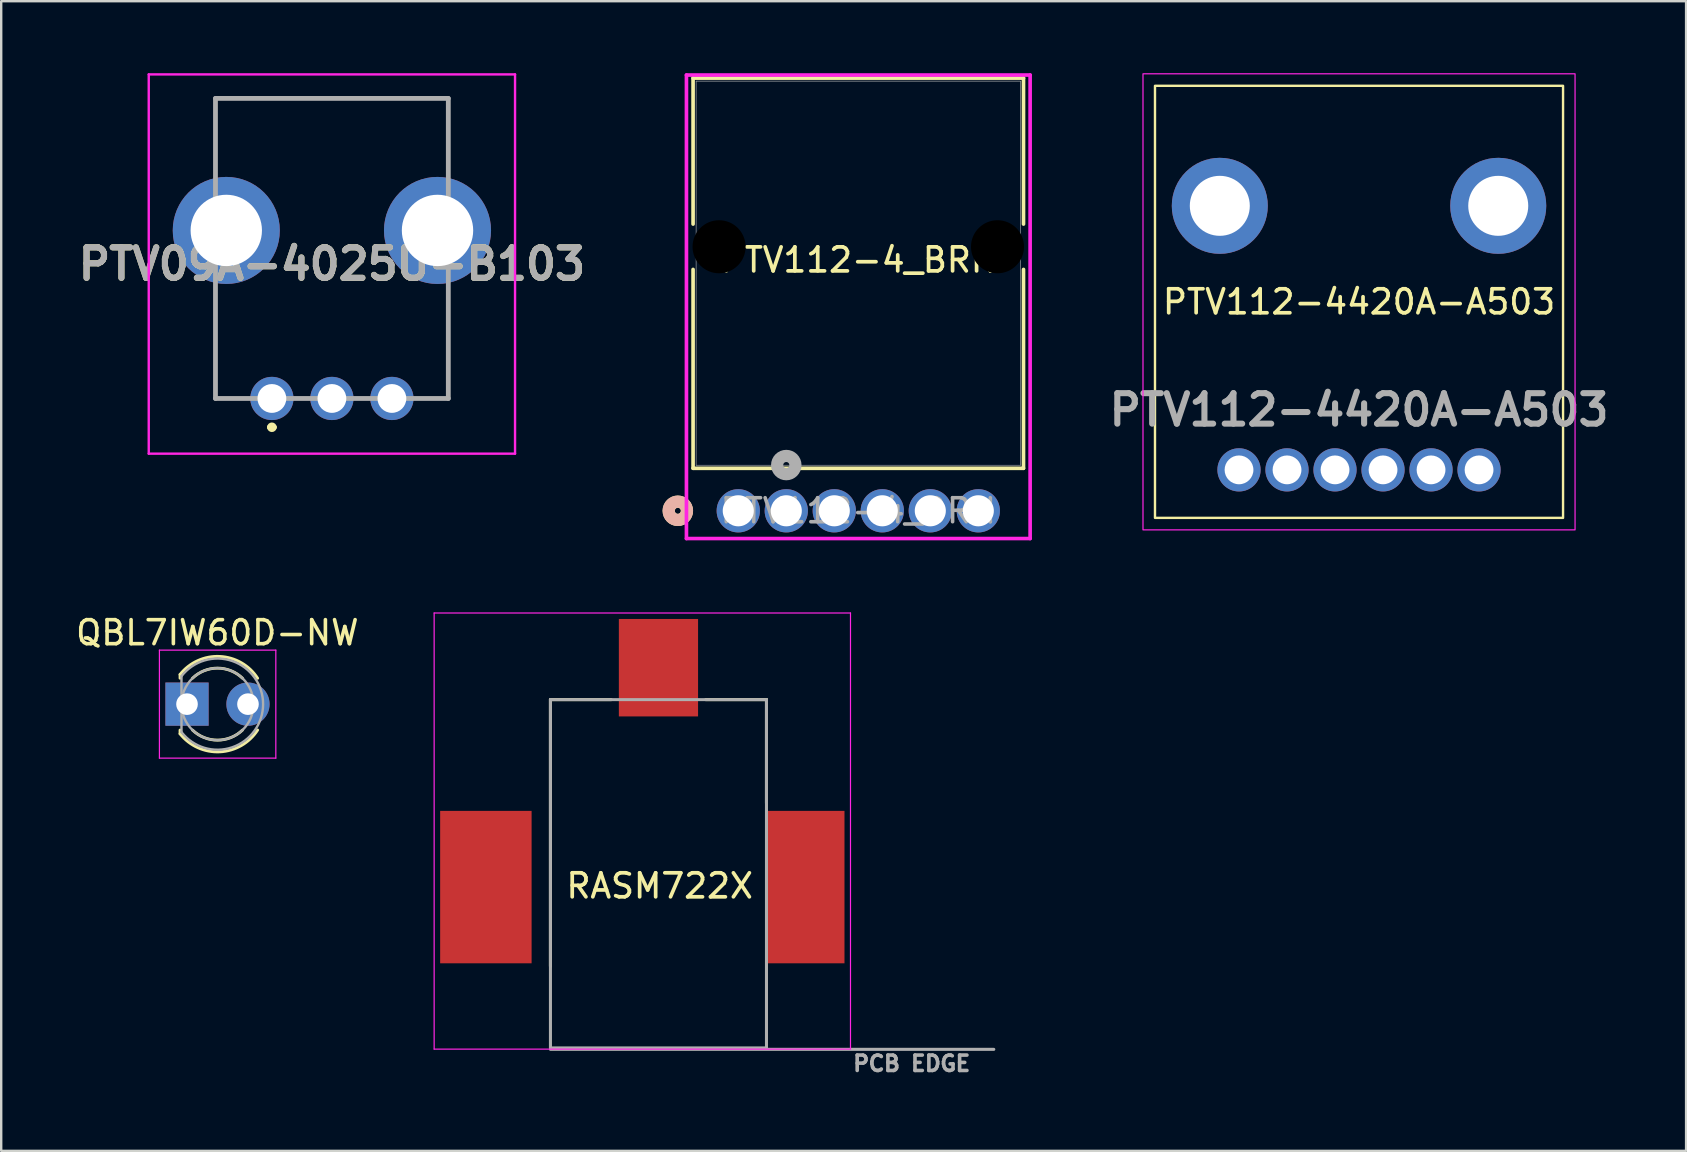
<source format=kicad_pcb>
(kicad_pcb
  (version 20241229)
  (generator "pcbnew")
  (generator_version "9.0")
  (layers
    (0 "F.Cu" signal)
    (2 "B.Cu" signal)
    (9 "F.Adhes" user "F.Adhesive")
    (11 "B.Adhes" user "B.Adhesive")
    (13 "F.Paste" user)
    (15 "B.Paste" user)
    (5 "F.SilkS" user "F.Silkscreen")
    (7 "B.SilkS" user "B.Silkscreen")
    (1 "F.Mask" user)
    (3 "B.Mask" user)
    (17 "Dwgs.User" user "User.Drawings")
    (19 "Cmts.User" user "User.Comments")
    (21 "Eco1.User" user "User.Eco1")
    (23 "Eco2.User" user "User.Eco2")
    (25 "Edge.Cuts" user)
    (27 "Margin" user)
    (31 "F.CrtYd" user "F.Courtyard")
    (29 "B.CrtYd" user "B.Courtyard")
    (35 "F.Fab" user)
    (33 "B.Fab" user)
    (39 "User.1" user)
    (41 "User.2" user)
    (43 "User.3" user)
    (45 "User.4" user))
  (footprint "PTV112-4_BRN"
    (layer "F.Cu")
    (at 29.707 18.23)
    (property "Reference" "PTV112-4_BRN" (at 3 -10.45 0) (unlocked yes) (layer "F.SilkS") (effects (font (size 1 1) (thickness 0.154))))
    (attr through_hole)
    (fp_line (start -3.883 -18.027) (end -3.883 -11.945) (stroke (width 0.152) (type solid)) (layer "F.SilkS"))
    (fp_line (start -3.883 -10.055) (end -3.883 -1.771) (stroke (width 0.152) (type solid)) (layer "F.SilkS"))
    (fp_line (start -3.883 -1.771) (end 9.883 -1.771) (stroke (width 0.152) (type solid)) (layer "F.SilkS"))
    (fp_line (start 9.883 -18.027) (end -3.883 -18.027) (stroke (width 0.152) (type solid)) (layer "F.SilkS"))
    (fp_line (start 9.883 -11.945) (end 9.883 -18.027) (stroke (width 0.152) (type solid)) (layer "F.SilkS"))
    (fp_line (start 9.883 -1.771) (end 9.883 -10.055) (stroke (width 0.152) (type solid)) (layer "F.SilkS"))
    (fp_circle (center -4.518 0) (end -4.137 0) (stroke (width 0.508) (type solid)) (fill no) (layer "F.SilkS"))
    (fp_circle (center -4.518 0) (end -4.137 0) (stroke (width 0.508) (type solid)) (fill no) (layer "B.SilkS"))
    (fp_line (start -4.159 -18.154) (end -4.159 1.156) (stroke (width 0.152) (type solid)) (layer "F.CrtYd"))
    (fp_line (start -4.159 1.156) (end 10.159 1.156) (stroke (width 0.152) (type solid)) (layer "F.CrtYd"))
    (fp_line (start 10.159 -18.154) (end -4.159 -18.154) (stroke (width 0.152) (type solid)) (layer "F.CrtYd"))
    (fp_line (start 10.159 1.156) (end 10.159 -18.154) (stroke (width 0.152) (type solid)) (layer "F.CrtYd"))
    (fp_line (start -3.756 -17.9) (end -3.756 -1.898) (stroke (width 0.025) (type solid)) (layer "F.Fab"))
    (fp_line (start -3.756 -1.898) (end 9.756 -1.898) (stroke (width 0.025) (type solid)) (layer "F.Fab"))
    (fp_line (start 9.756 -17.9) (end -3.756 -17.9) (stroke (width 0.025) (type solid)) (layer "F.Fab"))
    (fp_line (start 9.756 -1.898) (end 9.756 -17.9) (stroke (width 0.025) (type solid)) (layer "F.Fab"))
    (fp_circle (center -0.000001 -1.905) (end 0.381 -1.905) (stroke (width 0.508) (type solid)) (fill no) (layer "F.Fab"))
    (fp_text user "${REFERENCE}" (at 3 0 0) (unlocked yes) (layer "F.Fab") (effects (font (size 1 1) (thickness 0.15))))
    (pad "" np_thru_hole circle (at -2.8 -11) (size 2.21 2.21) (drill 2.21) (layers))
    (pad "" np_thru_hole circle (at 8.8 -11) (size 2.21 2.21) (drill 2.21) (layers))
    (pad "1" thru_hole circle (at 0 0) (size 1.803 1.803) (drill 1.295) (layers "*.Cu" "*.Mask"))
    (pad "1*" thru_hole circle (at 2 0) (size 1.803 1.803) (drill 1.295) (layers "*.Cu" "*.Mask"))
    (pad "2" thru_hole circle (at -2 0) (size 1.803 1.803) (drill 1.295) (layers "*.Cu" "*.Mask"))
    (pad "2*" thru_hole circle (at 4 0) (size 1.803 1.803) (drill 1.295) (layers "*.Cu" "*.Mask"))
    (pad "3" thru_hole circle (at 8 0) (size 1.803 1.803) (drill 1.295) (layers "*.Cu" "*.Mask"))
    (pad "3*" thru_hole circle (at 6 0) (size 1.803 1.803) (drill 1.295) (layers "*.Cu" "*.Mask")))
  (footprint "PTV09A-4025U-B103"
    (layer "F.Cu")
    (at 10.777 7.95)
    (property "Reference" "PTV09A-4025U-B103" (at 0 0 0) (layer "F.SilkS") (effects (font (size 1.27 1.27) (thickness 0.254))))
    (attr through_hole)
    (fp_line (start -4.85 -6.9) (end 4.85 -6.9) (stroke (width 0.1) (type solid)) (layer "F.SilkS"))
    (fp_line (start -4.85 -3.9) (end -4.85 -6.9) (stroke (width 0.1) (type solid)) (layer "F.SilkS"))
    (fp_line (start -4.85 1.1) (end -4.85 5.6) (stroke (width 0.1) (type solid)) (layer "F.SilkS"))
    (fp_line (start -4.85 5.6) (end -4 5.6) (stroke (width 0.1) (type solid)) (layer "F.SilkS"))
    (fp_line (start -2.6 6.8) (end -2.6 6.8) (stroke (width 0.2) (type solid)) (layer "F.SilkS"))
    (fp_line (start -2.4 6.8) (end -2.4 6.8) (stroke (width 0.2) (type solid)) (layer "F.SilkS"))
    (fp_line (start 4 5.6) (end 4.85 5.6) (stroke (width 0.1) (type solid)) (layer "F.SilkS"))
    (fp_line (start 4.85 -6.9) (end 4.85 -3.9) (stroke (width 0.1) (type solid)) (layer "F.SilkS"))
    (fp_line (start 4.85 5.6) (end 4.85 1.1) (stroke (width 0.1) (type solid)) (layer "F.SilkS"))
    (fp_arc (start -2.6 6.8) (mid -2.5 6.7) (end -2.4 6.8) (stroke (width 0.2) (type solid)) (layer "F.SilkS"))
    (fp_arc (start -2.4 6.8) (mid -2.5 6.9) (end -2.6 6.8) (stroke (width 0.2) (type solid)) (layer "F.SilkS"))
    (fp_line (start -7.63 -7.9) (end 7.63 -7.9) (stroke (width 0.1) (type solid)) (layer "F.CrtYd"))
    (fp_line (start -7.63 7.9) (end -7.63 -7.9) (stroke (width 0.1) (type solid)) (layer "F.CrtYd"))
    (fp_line (start 7.63 -7.9) (end 7.63 7.9) (stroke (width 0.1) (type solid)) (layer "F.CrtYd"))
    (fp_line (start 7.63 7.9) (end -7.63 7.9) (stroke (width 0.1) (type solid)) (layer "F.CrtYd"))
    (fp_line (start -4.85 -6.9) (end 4.85 -6.9) (stroke (width 0.2) (type solid)) (layer "F.Fab"))
    (fp_line (start -4.85 5.6) (end -4.85 -6.9) (stroke (width 0.2) (type solid)) (layer "F.Fab"))
    (fp_line (start 4.85 -6.9) (end 4.85 5.6) (stroke (width 0.2) (type solid)) (layer "F.Fab"))
    (fp_line (start 4.85 5.6) (end -4.85 5.6) (stroke (width 0.2) (type solid)) (layer "F.Fab"))
    (fp_text user "${REFERENCE}" (at 0 0 0) (layer "F.Fab") (effects (font (size 1.27 1.27) (thickness 0.254))))
    (pad "" thru_hole circle (at -4.4 -1.4) (size 4.46 4.46) (drill 2.973) (layers "*.Cu" "*.Mask"))
    (pad "" thru_hole circle (at 4.4 -1.4) (size 4.46 4.46) (drill 2.973) (layers "*.Cu" "*.Mask"))
    (pad "1" thru_hole circle (at -2.5 5.6) (size 1.8 1.8) (drill 1.2) (layers "*.Cu" "*.Mask"))
    (pad "2" thru_hole circle (at 0 5.6) (size 1.8 1.8) (drill 1.2) (layers "*.Cu" "*.Mask"))
    (pad "3" thru_hole circle (at 2.5 5.6) (size 1.8 1.8) (drill 1.2) (layers "*.Cu" "*.Mask")))
  (footprint "RASM722X"
    (layer "F.Cu")
    (at 24.382 33.907)
    (property "Reference" "RASM722X" (at 0.05 -0.05 0) (layer "F.SilkS") (effects (font (size 1 1) (thickness 0.154))))
    (attr smd)
    (fp_line (start -4.5 -7.81) (end -1.97 -7.81) (stroke (width 0.127) (type solid)) (layer "F.SilkS"))
    (fp_line (start -4.5 3.3) (end -4.5 -7.81) (stroke (width 0.127) (type solid)) (layer "F.SilkS"))
    (fp_line (start 1.97 -7.81) (end 4.5 -7.81) (stroke (width 0.127) (type solid)) (layer "F.SilkS"))
    (fp_line (start 4.5 -7.81) (end 4.5 -3.495) (stroke (width 0.127) (type solid)) (layer "F.SilkS"))
    (fp_line (start -9.345 -11.42) (end -9.345 6.75) (stroke (width 0.05) (type solid)) (layer "F.CrtYd"))
    (fp_line (start -9.345 6.75) (end 8 6.75) (stroke (width 0.05) (type solid)) (layer "F.CrtYd"))
    (fp_line (start 8 -11.42) (end -9.345 -11.42) (stroke (width 0.05) (type solid)) (layer "F.CrtYd"))
    (fp_line (start 8 6.75) (end 8 -11.42) (stroke (width 0.05) (type solid)) (layer "F.CrtYd"))
    (fp_line (start -4.5 -7.81) (end 4.5 -7.81) (stroke (width 0.127) (type solid)) (layer "F.Fab"))
    (fp_line (start -4.5 6.7) (end -4.5 -7.81) (stroke (width 0.127) (type solid)) (layer "F.Fab"))
    (fp_line (start 4.5 -7.81) (end 4.5 6.7) (stroke (width 0.127) (type solid)) (layer "F.Fab"))
    (fp_line (start 4.5 6.7) (end -4.5 6.7) (stroke (width 0.127) (type solid)) (layer "F.Fab"))
    (fp_line (start 13.97 6.76) (end -4.5 6.76) (stroke (width 0.127) (type solid)) (layer "F.Fab"))
    (fp_text user "PCB EDGE" (at 10.55 7.35 0) (layer "F.Fab") (effects (font (size 0.64 0.64) (thickness 0.15))))
    (pad "SHUNT" smd rect (at -7.19 0) (size 3.81 6.35) (layers "F.Cu" "F.Mask" "F.Paste"))
    (pad "SLEEVE" smd rect (at 6.1 0) (size 3.3 6.35) (layers "F.Cu" "F.Mask" "F.Paste"))
    (pad "TIP" smd rect (at 0 -9.14) (size 3.3 4.06) (layers "F.Cu" "F.Mask" "F.Paste")))
  (footprint "QBL7IW60D-NW"
    (layer "F.Cu")
    (at 6.006 26.285)
    (property "Reference" "QBL7IW60D-NW" (at 0 -2.975 0) (layer "F.SilkS") (effects (font (size 1 1) (thickness 0.15))))
    (attr through_hole)
    (fp_line (start -1.555 -1.236) (end -1.555 -1.08) (stroke (width 0.12) (type solid)) (layer "F.SilkS"))
    (fp_line (start -1.555 1.08) (end -1.555 1.236) (stroke (width 0.12) (type solid)) (layer "F.SilkS"))
    (fp_arc (start -1.555 -1.235516) (mid 0.101487 -1.987659) (end 1.677335 -1.078608) (stroke (width 0.12) (type solid)) (layer "F.SilkS"))
    (fp_arc (start -1.035961 -1.08) (mid 0.005117 -1.5) (end 1.04613 -1.079837) (stroke (width 0.12) (type solid)) (layer "F.SilkS"))
    (fp_arc (start 1.04613 1.079837) (mid 0.005117 1.5) (end -1.035961 1.08) (stroke (width 0.12) (type solid)) (layer "F.SilkS"))
    (fp_arc (start 1.677335 1.078608) (mid 0.101487 1.987659) (end -1.555 1.235516) (stroke (width 0.12) (type solid)) (layer "F.SilkS"))
    (fp_line (start -2.415 -2.25) (end -2.415 2.25) (stroke (width 0.05) (type solid)) (layer "F.CrtYd"))
    (fp_line (start -2.415 2.25) (end 2.435 2.25) (stroke (width 0.05) (type solid)) (layer "F.CrtYd"))
    (fp_line (start 2.435 -2.25) (end -2.415 -2.25) (stroke (width 0.05) (type solid)) (layer "F.CrtYd"))
    (fp_line (start 2.435 2.25) (end 2.435 -2.25) (stroke (width 0.05) (type solid)) (layer "F.CrtYd"))
    (fp_line (start -1.495 -1.166) (end -1.495 1.166) (stroke (width 0.1) (type solid)) (layer "F.Fab"))
    (fp_arc (start -1.495 -1.16619) (mid 1.905 0.000452) (end -1.495555 1.165476) (stroke (width 0.1) (type solid)) (layer "F.Fab"))
    (fp_circle (center 0.005 0) (end 1.505 0) (stroke (width 0.1) (type solid)) (fill no) (layer "F.Fab"))
    (pad "1" thru_hole rect (at -1.265 0) (size 1.8 1.8) (drill 0.9) (layers "*.Cu" "*.Mask"))
    (pad "2" thru_hole circle (at 1.275 0) (size 1.8 1.8) (drill 0.9) (layers "*.Cu" "*.Mask")))
  (footprint "PTV112-4420A-A503"
    (layer "F.Cu")
    (at 53.568 5.525)
    (property "Reference" "PTV112-4420A-A503" (at 0 4 0) (layer "F.SilkS") (effects (font (size 1 1) (thickness 0.154))))
    (attr through_hole)
    (fp_rect (start -8.5 -5) (end 8.5 13) (stroke (width 0.1) (type default)) (fill no) (layer "F.SilkS"))
    (fp_rect (start -9 -5.5) (end 9 13.5) (stroke (width 0.05) (type default)) (fill no) (layer "F.CrtYd"))
    (fp_text user "${REFERENCE}" (at 0 8.5 0) (layer "F.Fab") (effects (font (size 1.27 1.27) (thickness 0.254))))
    (pad "" thru_hole circle (at -5.8 0) (size 4 4) (drill 2.5) (layers "*.Cu" "*.Mask"))
    (pad "" thru_hole circle (at 5.8 0) (size 4 4) (drill 2.5) (layers "*.Cu" "*.Mask"))
    (pad "1" thru_hole circle (at -3 11) (size 1.8 1.8) (drill 1.2) (layers "*.Cu" "*.Mask"))
    (pad "1*" thru_hole circle (at -1 11) (size 1.8 1.8) (drill 1.2) (layers "*.Cu" "*.Mask"))
    (pad "2" thru_hole circle (at -5 11) (size 1.8 1.8) (drill 1.2) (layers "*.Cu" "*.Mask"))
    (pad "2*" thru_hole circle (at 1 11) (size 1.8 1.8) (drill 1.2) (layers "*.Cu" "*.Mask"))
    (pad "3" thru_hole circle (at 5 11) (size 1.8 1.8) (drill 1.2) (layers "*.Cu" "*.Mask"))
    (pad "3*" thru_hole circle (at 3 11) (size 1.8 1.8) (drill 1.2) (layers "*.Cu" "*.Mask")))
  (gr_rect
    (start -3 -3)
    (end 67.194 44.895)
    (stroke (width 0.1) (type default))
    (fill no)
    (layer "Edge.Cuts")))
</source>
